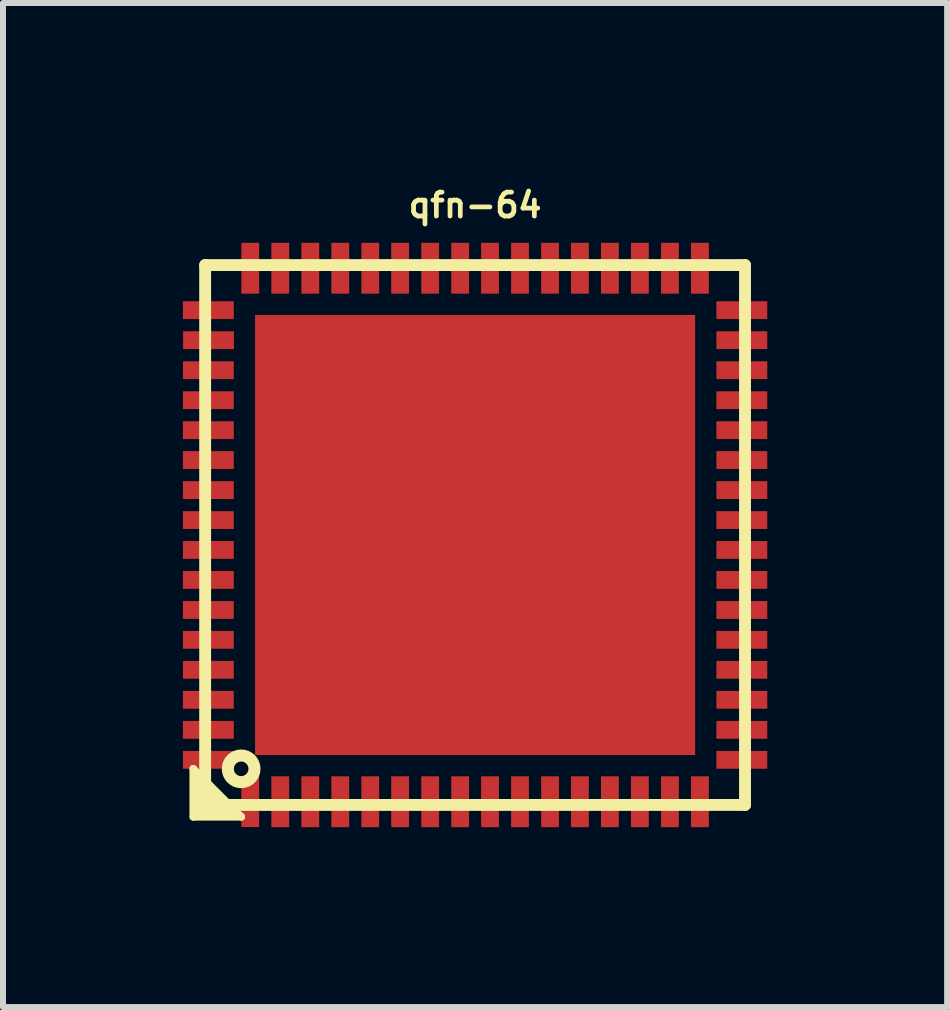
<source format=kicad_pcb>
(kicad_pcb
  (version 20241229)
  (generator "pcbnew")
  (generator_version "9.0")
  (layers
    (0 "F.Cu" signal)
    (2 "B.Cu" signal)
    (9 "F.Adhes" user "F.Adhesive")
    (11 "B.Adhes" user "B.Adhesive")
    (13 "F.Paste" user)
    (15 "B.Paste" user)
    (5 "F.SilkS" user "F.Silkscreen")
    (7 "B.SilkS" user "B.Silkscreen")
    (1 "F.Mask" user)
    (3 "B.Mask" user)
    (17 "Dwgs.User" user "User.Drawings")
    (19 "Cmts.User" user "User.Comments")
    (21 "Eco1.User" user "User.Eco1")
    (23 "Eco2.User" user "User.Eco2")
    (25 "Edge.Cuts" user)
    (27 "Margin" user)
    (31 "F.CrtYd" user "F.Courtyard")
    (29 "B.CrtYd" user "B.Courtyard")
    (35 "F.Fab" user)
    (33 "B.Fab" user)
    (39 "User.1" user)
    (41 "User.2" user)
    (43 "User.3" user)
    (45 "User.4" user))
  (footprint "qfn-64"
    (layer "F.Cu")
    (at 4.872 5.871)
    (property "Reference" "qfn-64" (at 0 -5.499 0) (layer "F.SilkS") (effects (font (size 0.399 0.399) (thickness 0.079))))
    (attr through_hole)
    (fp_line (start -4.699 3.899) (end -3.899 4.699) (stroke (width 0.127) (type solid)) (layer "F.SilkS"))
    (fp_line (start -4.699 4.699) (end -4.699 3.899) (stroke (width 0.127) (type solid)) (layer "F.SilkS"))
    (fp_line (start -4.6 4) (end -4.6 4.6) (stroke (width 0.127) (type solid)) (layer "F.SilkS"))
    (fp_line (start -4.6 4.6) (end -4 4.6) (stroke (width 0.127) (type solid)) (layer "F.SilkS"))
    (fp_line (start -4.501 -4.501) (end -4.501 4.501) (stroke (width 0.198) (type solid)) (layer "F.SilkS"))
    (fp_line (start -4.501 4.201) (end -4.201 4.501) (stroke (width 0.127) (type solid)) (layer "F.SilkS"))
    (fp_line (start -4.501 4.3) (end -4.3 4.501) (stroke (width 0.127) (type solid)) (layer "F.SilkS"))
    (fp_line (start -4.501 4.501) (end 4.501 4.501) (stroke (width 0.198) (type solid)) (layer "F.SilkS"))
    (fp_line (start -3.899 4.699) (end -4.699 4.699) (stroke (width 0.127) (type solid)) (layer "F.SilkS"))
    (fp_line (start 4.501 -4.501) (end -4.501 -4.501) (stroke (width 0.198) (type solid)) (layer "F.SilkS"))
    (fp_line (start 4.501 4.501) (end 4.501 -4.501) (stroke (width 0.198) (type solid)) (layer "F.SilkS"))
    (fp_circle (center -3.901 3.899) (end -3.703 4) (stroke (width 0.201) (type solid)) (fill no) (layer "F.SilkS"))
    (pad "1" smd rect (at -3.749 4.445) (size 0.297 0.848) (layers "F.Cu" "F.Mask" "F.Paste"))
    (pad "2" smd rect (at -3.249 4.448) (size 0.297 0.848) (layers "F.Cu" "F.Mask" "F.Paste"))
    (pad "3" smd rect (at -2.748 4.448) (size 0.297 0.848) (layers "F.Cu" "F.Mask" "F.Paste"))
    (pad "4" smd rect (at -2.248 4.448) (size 0.297 0.848) (layers "F.Cu" "F.Mask" "F.Paste"))
    (pad "5" smd rect (at -1.748 4.448) (size 0.297 0.848) (layers "F.Cu" "F.Mask" "F.Paste"))
    (pad "6" smd rect (at -1.25 4.448) (size 0.297 0.848) (layers "F.Cu" "F.Mask" "F.Paste"))
    (pad "7" smd rect (at -0.749 4.448) (size 0.297 0.848) (layers "F.Cu" "F.Mask" "F.Paste"))
    (pad "8" smd rect (at -0.249 4.448) (size 0.297 0.848) (layers "F.Cu" "F.Mask" "F.Paste"))
    (pad "9" smd rect (at 0.249 4.448) (size 0.297 0.848) (layers "F.Cu" "F.Mask" "F.Paste"))
    (pad "10" smd rect (at 0.749 4.448) (size 0.297 0.848) (layers "F.Cu" "F.Mask" "F.Paste"))
    (pad "11" smd rect (at 1.25 4.448) (size 0.297 0.848) (layers "F.Cu" "F.Mask" "F.Paste"))
    (pad "12" smd rect (at 1.748 4.448) (size 0.297 0.848) (layers "F.Cu" "F.Mask" "F.Paste"))
    (pad "13" smd rect (at 2.248 4.448) (size 0.297 0.848) (layers "F.Cu" "F.Mask" "F.Paste"))
    (pad "14" smd rect (at 2.748 4.448) (size 0.297 0.848) (layers "F.Cu" "F.Mask" "F.Paste"))
    (pad "15" smd rect (at 3.249 4.448) (size 0.297 0.848) (layers "F.Cu" "F.Mask" "F.Paste"))
    (pad "16" smd rect (at 3.749 4.448) (size 0.297 0.848) (layers "F.Cu" "F.Mask" "F.Paste"))
    (pad "17" smd rect (at 4.448 3.749) (size 0.848 0.297) (layers "F.Cu" "F.Mask" "F.Paste"))
    (pad "18" smd rect (at 4.448 3.249) (size 0.848 0.297) (layers "F.Cu" "F.Mask" "F.Paste"))
    (pad "19" smd rect (at 4.448 2.748) (size 0.848 0.297) (layers "F.Cu" "F.Mask" "F.Paste"))
    (pad "20" smd rect (at 4.448 2.248) (size 0.848 0.297) (layers "F.Cu" "F.Mask" "F.Paste"))
    (pad "21" smd rect (at 4.448 1.748) (size 0.848 0.297) (layers "F.Cu" "F.Mask" "F.Paste"))
    (pad "22" smd rect (at 4.448 1.25) (size 0.848 0.297) (layers "F.Cu" "F.Mask" "F.Paste"))
    (pad "23" smd rect (at 4.448 0.749) (size 0.848 0.297) (layers "F.Cu" "F.Mask" "F.Paste"))
    (pad "24" smd rect (at 4.448 0.249) (size 0.848 0.297) (layers "F.Cu" "F.Mask" "F.Paste"))
    (pad "25" smd rect (at 4.448 -0.249) (size 0.848 0.297) (layers "F.Cu" "F.Mask" "F.Paste"))
    (pad "26" smd rect (at 4.448 -0.749) (size 0.848 0.297) (layers "F.Cu" "F.Mask" "F.Paste"))
    (pad "27" smd rect (at 4.448 -1.25) (size 0.848 0.297) (layers "F.Cu" "F.Mask" "F.Paste"))
    (pad "28" smd rect (at 4.448 -1.748) (size 0.848 0.297) (layers "F.Cu" "F.Mask" "F.Paste"))
    (pad "29" smd rect (at 4.448 -2.248) (size 0.848 0.297) (layers "F.Cu" "F.Mask" "F.Paste"))
    (pad "30" smd rect (at 4.448 -2.748) (size 0.848 0.297) (layers "F.Cu" "F.Mask" "F.Paste"))
    (pad "31" smd rect (at 4.448 -3.249) (size 0.848 0.297) (layers "F.Cu" "F.Mask" "F.Paste"))
    (pad "32" smd rect (at 4.448 -3.749) (size 0.848 0.297) (layers "F.Cu" "F.Mask" "F.Paste"))
    (pad "33" smd rect (at 3.749 -4.448) (size 0.297 0.848) (layers "F.Cu" "F.Mask" "F.Paste"))
    (pad "34" smd rect (at 3.249 -4.448) (size 0.297 0.848) (layers "F.Cu" "F.Mask" "F.Paste"))
    (pad "35" smd rect (at 2.748 -4.448) (size 0.297 0.848) (layers "F.Cu" "F.Mask" "F.Paste"))
    (pad "36" smd rect (at 2.248 -4.448) (size 0.297 0.848) (layers "F.Cu" "F.Mask" "F.Paste"))
    (pad "37" smd rect (at 1.748 -4.448) (size 0.297 0.848) (layers "F.Cu" "F.Mask" "F.Paste"))
    (pad "38" smd rect (at 1.25 -4.448) (size 0.297 0.848) (layers "F.Cu" "F.Mask" "F.Paste"))
    (pad "39" smd rect (at 0.749 -4.448) (size 0.297 0.848) (layers "F.Cu" "F.Mask" "F.Paste"))
    (pad "40" smd rect (at 0.249 -4.448) (size 0.297 0.848) (layers "F.Cu" "F.Mask" "F.Paste"))
    (pad "41" smd rect (at -0.249 -4.448) (size 0.297 0.848) (layers "F.Cu" "F.Mask" "F.Paste"))
    (pad "42" smd rect (at -0.749 -4.448) (size 0.297 0.848) (layers "F.Cu" "F.Mask" "F.Paste"))
    (pad "43" smd rect (at -1.25 -4.448) (size 0.297 0.848) (layers "F.Cu" "F.Mask" "F.Paste"))
    (pad "44" smd rect (at -1.748 -4.448) (size 0.297 0.848) (layers "F.Cu" "F.Mask" "F.Paste"))
    (pad "45" smd rect (at -2.248 -4.448) (size 0.297 0.848) (layers "F.Cu" "F.Mask" "F.Paste"))
    (pad "46" smd rect (at -2.748 -4.448) (size 0.297 0.848) (layers "F.Cu" "F.Mask" "F.Paste"))
    (pad "47" smd rect (at -3.249 -4.448) (size 0.297 0.848) (layers "F.Cu" "F.Mask" "F.Paste"))
    (pad "48" smd rect (at -3.749 -4.448) (size 0.297 0.848) (layers "F.Cu" "F.Mask" "F.Paste"))
    (pad "49" smd rect (at -4.448 -3.749) (size 0.848 0.297) (layers "F.Cu" "F.Mask" "F.Paste"))
    (pad "50" smd rect (at -4.445 -3.249) (size 0.848 0.297) (layers "F.Cu" "F.Mask" "F.Paste"))
    (pad "51" smd rect (at -4.448 -2.748) (size 0.848 0.297) (layers "F.Cu" "F.Mask" "F.Paste"))
    (pad "52" smd rect (at -4.448 -2.248) (size 0.848 0.297) (layers "F.Cu" "F.Mask" "F.Paste"))
    (pad "53" smd rect (at -4.448 -1.748) (size 0.848 0.297) (layers "F.Cu" "F.Mask" "F.Paste"))
    (pad "54" smd rect (at -4.448 -1.25) (size 0.848 0.297) (layers "F.Cu" "F.Mask" "F.Paste"))
    (pad "55" smd rect (at -4.448 -0.749) (size 0.848 0.297) (layers "F.Cu" "F.Mask" "F.Paste"))
    (pad "56" smd rect (at -4.448 -0.249) (size 0.848 0.297) (layers "F.Cu" "F.Mask" "F.Paste"))
    (pad "57" smd rect (at -4.448 0.249) (size 0.848 0.297) (layers "F.Cu" "F.Mask" "F.Paste"))
    (pad "58" smd rect (at -4.448 0.749) (size 0.848 0.297) (layers "F.Cu" "F.Mask" "F.Paste"))
    (pad "59" smd rect (at -4.448 1.25) (size 0.848 0.297) (layers "F.Cu" "F.Mask" "F.Paste"))
    (pad "60" smd rect (at -4.448 1.748) (size 0.848 0.297) (layers "F.Cu" "F.Mask" "F.Paste"))
    (pad "61" smd rect (at -4.448 2.248) (size 0.848 0.297) (layers "F.Cu" "F.Mask" "F.Paste"))
    (pad "62" smd rect (at -4.448 2.748) (size 0.848 0.297) (layers "F.Cu" "F.Mask" "F.Paste"))
    (pad "63" smd rect (at -4.448 3.249) (size 0.848 0.297) (layers "F.Cu" "F.Mask" "F.Paste"))
    (pad "64" smd rect (at -4.448 3.749) (size 0.848 0.297) (layers "F.Cu" "F.Mask" "F.Paste"))
    (pad "65" smd rect (at -1.834 -1.834) (size 3.67 3.67) (layers "F.Cu" "F.Mask" "F.Paste"))
    (pad "65" smd rect (at -1.834 1.834) (size 3.67 3.67) (layers "F.Cu" "F.Mask" "F.Paste"))
    (pad "65" smd rect (at 1.834 -1.834) (size 3.67 3.67) (layers "F.Cu" "F.Mask" "F.Paste"))
    (pad "65" smd rect (at 1.834 1.834) (size 3.67 3.67) (layers "F.Cu" "F.Mask" "F.Paste")))
  (gr_rect
    (start -3 -3)
    (end 12.743 13.742)
    (stroke (width 0.1) (type default))
    (fill no)
    (layer "Edge.Cuts")))
</source>
